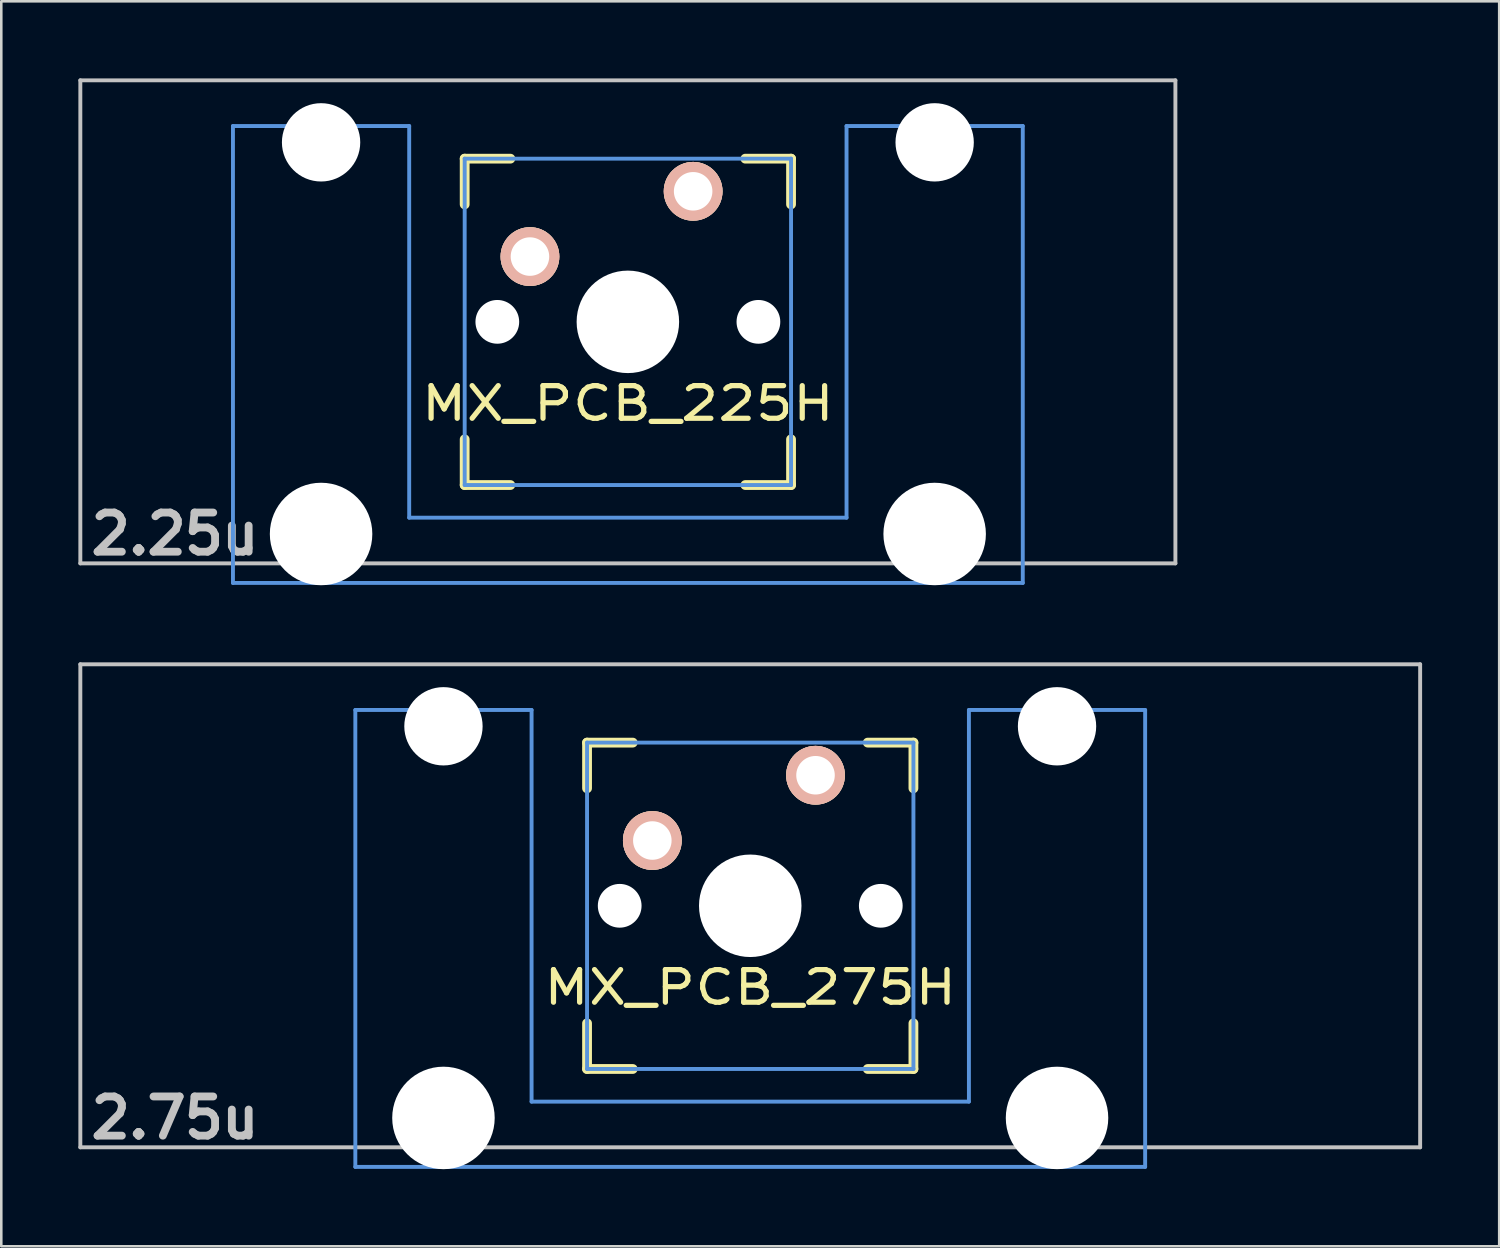
<source format=kicad_pcb>
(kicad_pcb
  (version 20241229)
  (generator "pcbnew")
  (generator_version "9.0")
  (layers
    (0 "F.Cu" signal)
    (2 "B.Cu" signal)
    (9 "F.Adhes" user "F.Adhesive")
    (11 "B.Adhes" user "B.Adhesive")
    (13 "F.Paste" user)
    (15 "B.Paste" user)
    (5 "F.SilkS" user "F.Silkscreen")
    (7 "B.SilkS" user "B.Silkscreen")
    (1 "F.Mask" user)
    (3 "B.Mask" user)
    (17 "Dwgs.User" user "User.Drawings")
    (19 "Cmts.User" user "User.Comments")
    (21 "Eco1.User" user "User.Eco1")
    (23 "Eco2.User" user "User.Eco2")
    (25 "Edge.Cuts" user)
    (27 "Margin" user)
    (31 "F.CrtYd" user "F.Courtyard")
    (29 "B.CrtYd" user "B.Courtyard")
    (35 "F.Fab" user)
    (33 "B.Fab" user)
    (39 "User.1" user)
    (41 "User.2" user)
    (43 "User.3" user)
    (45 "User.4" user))
  (footprint "MX_PCB_225H"
    (layer "F.Cu")
    (at 21.382 9.474)
    (property "Reference" "MX_PCB_225H" (at 0 3.175 0) (layer "F.SilkS") (effects (font (size 1.27 1.524) (thickness 0.203))))
    (attr through_hole)
    (fp_line (start -6.35 -6.35) (end -4.572 -6.35) (stroke (width 0.381) (type solid)) (layer "F.SilkS"))
    (fp_line (start -6.35 -4.572) (end -6.35 -6.35) (stroke (width 0.381) (type solid)) (layer "F.SilkS"))
    (fp_line (start -6.35 6.35) (end -6.35 4.572) (stroke (width 0.381) (type solid)) (layer "F.SilkS"))
    (fp_line (start -4.572 6.35) (end -6.35 6.35) (stroke (width 0.381) (type solid)) (layer "F.SilkS"))
    (fp_line (start 4.572 -6.35) (end 6.35 -6.35) (stroke (width 0.381) (type solid)) (layer "F.SilkS"))
    (fp_line (start 6.35 -6.35) (end 6.35 -4.572) (stroke (width 0.381) (type solid)) (layer "F.SilkS"))
    (fp_line (start 6.35 4.572) (end 6.35 6.35) (stroke (width 0.381) (type solid)) (layer "F.SilkS"))
    (fp_line (start 6.35 6.35) (end 4.572 6.35) (stroke (width 0.381) (type solid)) (layer "F.SilkS"))
    (fp_line (start -21.306 -9.398) (end 21.306 -9.398) (stroke (width 0.152) (type solid)) (layer "Dwgs.User"))
    (fp_line (start -21.306 9.398) (end -21.306 -9.398) (stroke (width 0.152) (type solid)) (layer "Dwgs.User"))
    (fp_line (start 21.306 -9.398) (end 21.306 9.398) (stroke (width 0.152) (type solid)) (layer "Dwgs.User"))
    (fp_line (start 21.306 9.398) (end -21.306 9.398) (stroke (width 0.152) (type solid)) (layer "Dwgs.User"))
    (fp_line (start -15.367 -7.62) (end -15.367 10.16) (stroke (width 0.152) (type solid)) (layer "Cmts.User"))
    (fp_line (start -15.367 10.16) (end 15.367 10.16) (stroke (width 0.152) (type solid)) (layer "Cmts.User"))
    (fp_line (start -8.509 -7.62) (end -15.367 -7.62) (stroke (width 0.152) (type solid)) (layer "Cmts.User"))
    (fp_line (start -8.509 7.62) (end -8.509 -7.62) (stroke (width 0.152) (type solid)) (layer "Cmts.User"))
    (fp_line (start -6.35 -6.35) (end 6.35 -6.35) (stroke (width 0.152) (type solid)) (layer "Cmts.User"))
    (fp_line (start -6.35 6.35) (end -6.35 -6.35) (stroke (width 0.152) (type solid)) (layer "Cmts.User"))
    (fp_line (start 6.35 -6.35) (end 6.35 6.35) (stroke (width 0.152) (type solid)) (layer "Cmts.User"))
    (fp_line (start 6.35 6.35) (end -6.35 6.35) (stroke (width 0.152) (type solid)) (layer "Cmts.User"))
    (fp_line (start 8.509 -7.62) (end 8.509 7.62) (stroke (width 0.152) (type solid)) (layer "Cmts.User"))
    (fp_line (start 8.509 7.62) (end -8.509 7.62) (stroke (width 0.152) (type solid)) (layer "Cmts.User"))
    (fp_line (start 15.367 -7.62) (end 8.509 -7.62) (stroke (width 0.152) (type solid)) (layer "Cmts.User"))
    (fp_line (start 15.367 10.16) (end 15.367 -7.62) (stroke (width 0.152) (type solid)) (layer "Cmts.User"))
    (fp_line (start -16.129 -2.286) (end -15.265 -2.286) (stroke (width 0.152) (type solid)) (layer "Eco2.User"))
    (fp_line (start -16.129 0.508) (end -16.129 -2.286) (stroke (width 0.152) (type solid)) (layer "Eco2.User"))
    (fp_line (start -15.265 -5.69) (end -8.611 -5.69) (stroke (width 0.152) (type solid)) (layer "Eco2.User"))
    (fp_line (start -15.265 -2.286) (end -15.265 -5.69) (stroke (width 0.152) (type solid)) (layer "Eco2.User"))
    (fp_line (start -15.265 0.508) (end -16.129 0.508) (stroke (width 0.152) (type solid)) (layer "Eco2.User"))
    (fp_line (start -15.265 6.604) (end -15.265 0.508) (stroke (width 0.152) (type solid)) (layer "Eco2.User"))
    (fp_line (start -14.224 6.604) (end -15.265 6.604) (stroke (width 0.152) (type solid)) (layer "Eco2.User"))
    (fp_line (start -14.224 7.772) (end -14.224 6.604) (stroke (width 0.152) (type solid)) (layer "Eco2.User"))
    (fp_line (start -9.652 6.604) (end -9.652 7.772) (stroke (width 0.152) (type solid)) (layer "Eco2.User"))
    (fp_line (start -9.652 7.772) (end -14.224 7.772) (stroke (width 0.152) (type solid)) (layer "Eco2.User"))
    (fp_line (start -8.611 -5.69) (end -8.611 -4.877) (stroke (width 0.152) (type solid)) (layer "Eco2.User"))
    (fp_line (start -8.611 -4.877) (end -6.985 -4.877) (stroke (width 0.152) (type solid)) (layer "Eco2.User"))
    (fp_line (start -8.611 5.817) (end -8.611 6.604) (stroke (width 0.152) (type solid)) (layer "Eco2.User"))
    (fp_line (start -8.611 6.604) (end -9.652 6.604) (stroke (width 0.152) (type solid)) (layer "Eco2.User"))
    (fp_line (start -6.985 -6.985) (end 6.985 -6.985) (stroke (width 0.152) (type solid)) (layer "Eco2.User"))
    (fp_line (start -6.985 -4.877) (end -6.985 -6.985) (stroke (width 0.152) (type solid)) (layer "Eco2.User"))
    (fp_line (start -6.985 5.817) (end -8.611 5.817) (stroke (width 0.152) (type solid)) (layer "Eco2.User"))
    (fp_line (start -6.985 6.985) (end -6.985 5.817) (stroke (width 0.152) (type solid)) (layer "Eco2.User"))
    (fp_line (start 6.985 -6.985) (end 6.985 -4.877) (stroke (width 0.152) (type solid)) (layer "Eco2.User"))
    (fp_line (start 6.985 -4.877) (end 8.611 -4.877) (stroke (width 0.152) (type solid)) (layer "Eco2.User"))
    (fp_line (start 6.985 5.817) (end 6.985 6.985) (stroke (width 0.152) (type solid)) (layer "Eco2.User"))
    (fp_line (start 6.985 6.985) (end -6.985 6.985) (stroke (width 0.152) (type solid)) (layer "Eco2.User"))
    (fp_line (start 8.611 -5.69) (end 15.265 -5.69) (stroke (width 0.152) (type solid)) (layer "Eco2.User"))
    (fp_line (start 8.611 -4.877) (end 8.611 -5.69) (stroke (width 0.152) (type solid)) (layer "Eco2.User"))
    (fp_line (start 8.611 5.817) (end 6.985 5.817) (stroke (width 0.152) (type solid)) (layer "Eco2.User"))
    (fp_line (start 8.611 6.604) (end 8.611 5.817) (stroke (width 0.152) (type solid)) (layer "Eco2.User"))
    (fp_line (start 9.652 6.604) (end 8.611 6.604) (stroke (width 0.152) (type solid)) (layer "Eco2.User"))
    (fp_line (start 9.652 7.772) (end 9.652 6.604) (stroke (width 0.152) (type solid)) (layer "Eco2.User"))
    (fp_line (start 14.224 6.604) (end 14.224 7.772) (stroke (width 0.152) (type solid)) (layer "Eco2.User"))
    (fp_line (start 14.224 7.772) (end 9.652 7.772) (stroke (width 0.152) (type solid)) (layer "Eco2.User"))
    (fp_line (start 15.265 -5.69) (end 15.265 -2.286) (stroke (width 0.152) (type solid)) (layer "Eco2.User"))
    (fp_line (start 15.265 -2.286) (end 16.129 -2.286) (stroke (width 0.152) (type solid)) (layer "Eco2.User"))
    (fp_line (start 15.265 0.508) (end 15.265 6.604) (stroke (width 0.152) (type solid)) (layer "Eco2.User"))
    (fp_line (start 15.265 6.604) (end 14.224 6.604) (stroke (width 0.152) (type solid)) (layer "Eco2.User"))
    (fp_line (start 16.129 -2.286) (end 16.129 0.508) (stroke (width 0.152) (type solid)) (layer "Eco2.User"))
    (fp_line (start 16.129 0.508) (end 15.265 0.508) (stroke (width 0.152) (type solid)) (layer "Eco2.User"))
    (fp_text user "2.25u" (at -17.623 8.255 0) (layer "Dwgs.User") (effects (font (size 1.524 1.524) (thickness 0.305))))
    (pad "" np_thru_hole circle (at -11.938 -6.985) (size 3.048 3.048) (drill 3.048) (layers "*.Cu"))
    (pad "" np_thru_hole circle (at -11.938 8.255) (size 3.988 3.988) (drill 3.988) (layers "*.Cu"))
    (pad "" np_thru_hole circle (at -5.08 0) (size 1.702 1.702) (drill 1.702) (layers "*.Cu"))
    (pad "" np_thru_hole circle (at 0 0) (size 3.988 3.988) (drill 3.988) (layers "*.Cu"))
    (pad "" np_thru_hole circle (at 5.08 0) (size 1.702 1.702) (drill 1.702) (layers "*.Cu"))
    (pad "" np_thru_hole circle (at 11.938 -6.985) (size 3.048 3.048) (drill 3.048) (layers "*.Cu"))
    (pad "" np_thru_hole circle (at 11.938 8.255) (size 3.988 3.988) (drill 3.988) (layers "*.Cu"))
    (pad "1" thru_hole circle (at 2.54 -5.08) (size 2.286 2.286) (drill 1.499) (layers "*.Cu" "*.SilkS" "*.Mask"))
    (pad "2" thru_hole circle (at -3.81 -2.54) (size 2.286 2.286) (drill 1.499) (layers "*.Cu" "*.SilkS" "*.Mask")))
  (footprint "MX_PCB_275H"
    (layer "F.Cu")
    (at 26.144 32.197)
    (property "Reference" "MX_PCB_275H" (at 0 3.175 0) (layer "F.SilkS") (effects (font (size 1.27 1.524) (thickness 0.203))))
    (attr through_hole)
    (fp_line (start -6.35 -6.35) (end -4.572 -6.35) (stroke (width 0.381) (type solid)) (layer "F.SilkS"))
    (fp_line (start -6.35 -4.572) (end -6.35 -6.35) (stroke (width 0.381) (type solid)) (layer "F.SilkS"))
    (fp_line (start -6.35 6.35) (end -6.35 4.572) (stroke (width 0.381) (type solid)) (layer "F.SilkS"))
    (fp_line (start -4.572 6.35) (end -6.35 6.35) (stroke (width 0.381) (type solid)) (layer "F.SilkS"))
    (fp_line (start 4.572 -6.35) (end 6.35 -6.35) (stroke (width 0.381) (type solid)) (layer "F.SilkS"))
    (fp_line (start 6.35 -6.35) (end 6.35 -4.572) (stroke (width 0.381) (type solid)) (layer "F.SilkS"))
    (fp_line (start 6.35 4.572) (end 6.35 6.35) (stroke (width 0.381) (type solid)) (layer "F.SilkS"))
    (fp_line (start 6.35 6.35) (end 4.572 6.35) (stroke (width 0.381) (type solid)) (layer "F.SilkS"))
    (fp_line (start -26.068 -9.398) (end 26.068 -9.398) (stroke (width 0.152) (type solid)) (layer "Dwgs.User"))
    (fp_line (start -26.068 9.398) (end -26.068 -9.398) (stroke (width 0.152) (type solid)) (layer "Dwgs.User"))
    (fp_line (start 26.068 -9.398) (end 26.068 9.398) (stroke (width 0.152) (type solid)) (layer "Dwgs.User"))
    (fp_line (start 26.068 9.398) (end -26.068 9.398) (stroke (width 0.152) (type solid)) (layer "Dwgs.User"))
    (fp_line (start -15.367 -7.62) (end -15.367 10.16) (stroke (width 0.152) (type solid)) (layer "Cmts.User"))
    (fp_line (start -15.367 10.16) (end 15.367 10.16) (stroke (width 0.152) (type solid)) (layer "Cmts.User"))
    (fp_line (start -8.509 -7.62) (end -15.367 -7.62) (stroke (width 0.152) (type solid)) (layer "Cmts.User"))
    (fp_line (start -8.509 7.62) (end -8.509 -7.62) (stroke (width 0.152) (type solid)) (layer "Cmts.User"))
    (fp_line (start -6.35 -6.35) (end 6.35 -6.35) (stroke (width 0.152) (type solid)) (layer "Cmts.User"))
    (fp_line (start -6.35 6.35) (end -6.35 -6.35) (stroke (width 0.152) (type solid)) (layer "Cmts.User"))
    (fp_line (start 6.35 -6.35) (end 6.35 6.35) (stroke (width 0.152) (type solid)) (layer "Cmts.User"))
    (fp_line (start 6.35 6.35) (end -6.35 6.35) (stroke (width 0.152) (type solid)) (layer "Cmts.User"))
    (fp_line (start 8.509 -7.62) (end 8.509 7.62) (stroke (width 0.152) (type solid)) (layer "Cmts.User"))
    (fp_line (start 8.509 7.62) (end -8.509 7.62) (stroke (width 0.152) (type solid)) (layer "Cmts.User"))
    (fp_line (start 15.367 -7.62) (end 8.509 -7.62) (stroke (width 0.152) (type solid)) (layer "Cmts.User"))
    (fp_line (start 15.367 10.16) (end 15.367 -7.62) (stroke (width 0.152) (type solid)) (layer "Cmts.User"))
    (fp_line (start -16.129 -2.286) (end -15.265 -2.286) (stroke (width 0.152) (type solid)) (layer "Eco2.User"))
    (fp_line (start -16.129 0.508) (end -16.129 -2.286) (stroke (width 0.152) (type solid)) (layer "Eco2.User"))
    (fp_line (start -15.265 -5.69) (end -8.611 -5.69) (stroke (width 0.152) (type solid)) (layer "Eco2.User"))
    (fp_line (start -15.265 -2.286) (end -15.265 -5.69) (stroke (width 0.152) (type solid)) (layer "Eco2.User"))
    (fp_line (start -15.265 0.508) (end -16.129 0.508) (stroke (width 0.152) (type solid)) (layer "Eco2.User"))
    (fp_line (start -15.265 6.604) (end -15.265 0.508) (stroke (width 0.152) (type solid)) (layer "Eco2.User"))
    (fp_line (start -14.224 6.604) (end -15.265 6.604) (stroke (width 0.152) (type solid)) (layer "Eco2.User"))
    (fp_line (start -14.224 7.772) (end -14.224 6.604) (stroke (width 0.152) (type solid)) (layer "Eco2.User"))
    (fp_line (start -9.652 6.604) (end -9.652 7.772) (stroke (width 0.152) (type solid)) (layer "Eco2.User"))
    (fp_line (start -9.652 7.772) (end -14.224 7.772) (stroke (width 0.152) (type solid)) (layer "Eco2.User"))
    (fp_line (start -8.611 -5.69) (end -8.611 -4.877) (stroke (width 0.152) (type solid)) (layer "Eco2.User"))
    (fp_line (start -8.611 -4.877) (end -6.985 -4.877) (stroke (width 0.152) (type solid)) (layer "Eco2.User"))
    (fp_line (start -8.611 5.817) (end -8.611 6.604) (stroke (width 0.152) (type solid)) (layer "Eco2.User"))
    (fp_line (start -8.611 6.604) (end -9.652 6.604) (stroke (width 0.152) (type solid)) (layer "Eco2.User"))
    (fp_line (start -6.985 -6.985) (end 6.985 -6.985) (stroke (width 0.152) (type solid)) (layer "Eco2.User"))
    (fp_line (start -6.985 -4.877) (end -6.985 -6.985) (stroke (width 0.152) (type solid)) (layer "Eco2.User"))
    (fp_line (start -6.985 5.817) (end -8.611 5.817) (stroke (width 0.152) (type solid)) (layer "Eco2.User"))
    (fp_line (start -6.985 6.985) (end -6.985 5.817) (stroke (width 0.152) (type solid)) (layer "Eco2.User"))
    (fp_line (start 6.985 -6.985) (end 6.985 -4.877) (stroke (width 0.152) (type solid)) (layer "Eco2.User"))
    (fp_line (start 6.985 -4.877) (end 8.611 -4.877) (stroke (width 0.152) (type solid)) (layer "Eco2.User"))
    (fp_line (start 6.985 5.817) (end 6.985 6.985) (stroke (width 0.152) (type solid)) (layer "Eco2.User"))
    (fp_line (start 6.985 6.985) (end -6.985 6.985) (stroke (width 0.152) (type solid)) (layer "Eco2.User"))
    (fp_line (start 8.611 -5.69) (end 15.265 -5.69) (stroke (width 0.152) (type solid)) (layer "Eco2.User"))
    (fp_line (start 8.611 -4.877) (end 8.611 -5.69) (stroke (width 0.152) (type solid)) (layer "Eco2.User"))
    (fp_line (start 8.611 5.817) (end 6.985 5.817) (stroke (width 0.152) (type solid)) (layer "Eco2.User"))
    (fp_line (start 8.611 6.604) (end 8.611 5.817) (stroke (width 0.152) (type solid)) (layer "Eco2.User"))
    (fp_line (start 9.652 6.604) (end 8.611 6.604) (stroke (width 0.152) (type solid)) (layer "Eco2.User"))
    (fp_line (start 9.652 7.772) (end 9.652 6.604) (stroke (width 0.152) (type solid)) (layer "Eco2.User"))
    (fp_line (start 14.224 6.604) (end 14.224 7.772) (stroke (width 0.152) (type solid)) (layer "Eco2.User"))
    (fp_line (start 14.224 7.772) (end 9.652 7.772) (stroke (width 0.152) (type solid)) (layer "Eco2.User"))
    (fp_line (start 15.265 -5.69) (end 15.265 -2.286) (stroke (width 0.152) (type solid)) (layer "Eco2.User"))
    (fp_line (start 15.265 -2.286) (end 16.129 -2.286) (stroke (width 0.152) (type solid)) (layer "Eco2.User"))
    (fp_line (start 15.265 0.508) (end 15.265 6.604) (stroke (width 0.152) (type solid)) (layer "Eco2.User"))
    (fp_line (start 15.265 6.604) (end 14.224 6.604) (stroke (width 0.152) (type solid)) (layer "Eco2.User"))
    (fp_line (start 16.129 -2.286) (end 16.129 0.508) (stroke (width 0.152) (type solid)) (layer "Eco2.User"))
    (fp_line (start 16.129 0.508) (end 15.265 0.508) (stroke (width 0.152) (type solid)) (layer "Eco2.User"))
    (fp_text user "2.75u" (at -22.385 8.255 0) (layer "Dwgs.User") (effects (font (size 1.524 1.524) (thickness 0.305))))
    (pad "" np_thru_hole circle (at -11.938 -6.985) (size 3.048 3.048) (drill 3.048) (layers "*.Cu"))
    (pad "" np_thru_hole circle (at -11.938 8.255) (size 3.988 3.988) (drill 3.988) (layers "*.Cu"))
    (pad "" np_thru_hole circle (at -5.08 0) (size 1.702 1.702) (drill 1.702) (layers "*.Cu"))
    (pad "" np_thru_hole circle (at 0 0) (size 3.988 3.988) (drill 3.988) (layers "*.Cu"))
    (pad "" np_thru_hole circle (at 5.08 0) (size 1.702 1.702) (drill 1.702) (layers "*.Cu"))
    (pad "" np_thru_hole circle (at 11.938 -6.985) (size 3.048 3.048) (drill 3.048) (layers "*.Cu"))
    (pad "" np_thru_hole circle (at 11.938 8.255) (size 3.988 3.988) (drill 3.988) (layers "*.Cu"))
    (pad "1" thru_hole circle (at 2.54 -5.08) (size 2.286 2.286) (drill 1.499) (layers "*.Cu" "*.SilkS" "*.Mask"))
    (pad "2" thru_hole circle (at -3.81 -2.54) (size 2.286 2.286) (drill 1.499) (layers "*.Cu" "*.SilkS" "*.Mask")))
  (gr_rect
    (start -3 -3)
    (end 55.288 45.446)
    (stroke (width 0.1) (type default))
    (fill no)
    (layer "Edge.Cuts")))
</source>
